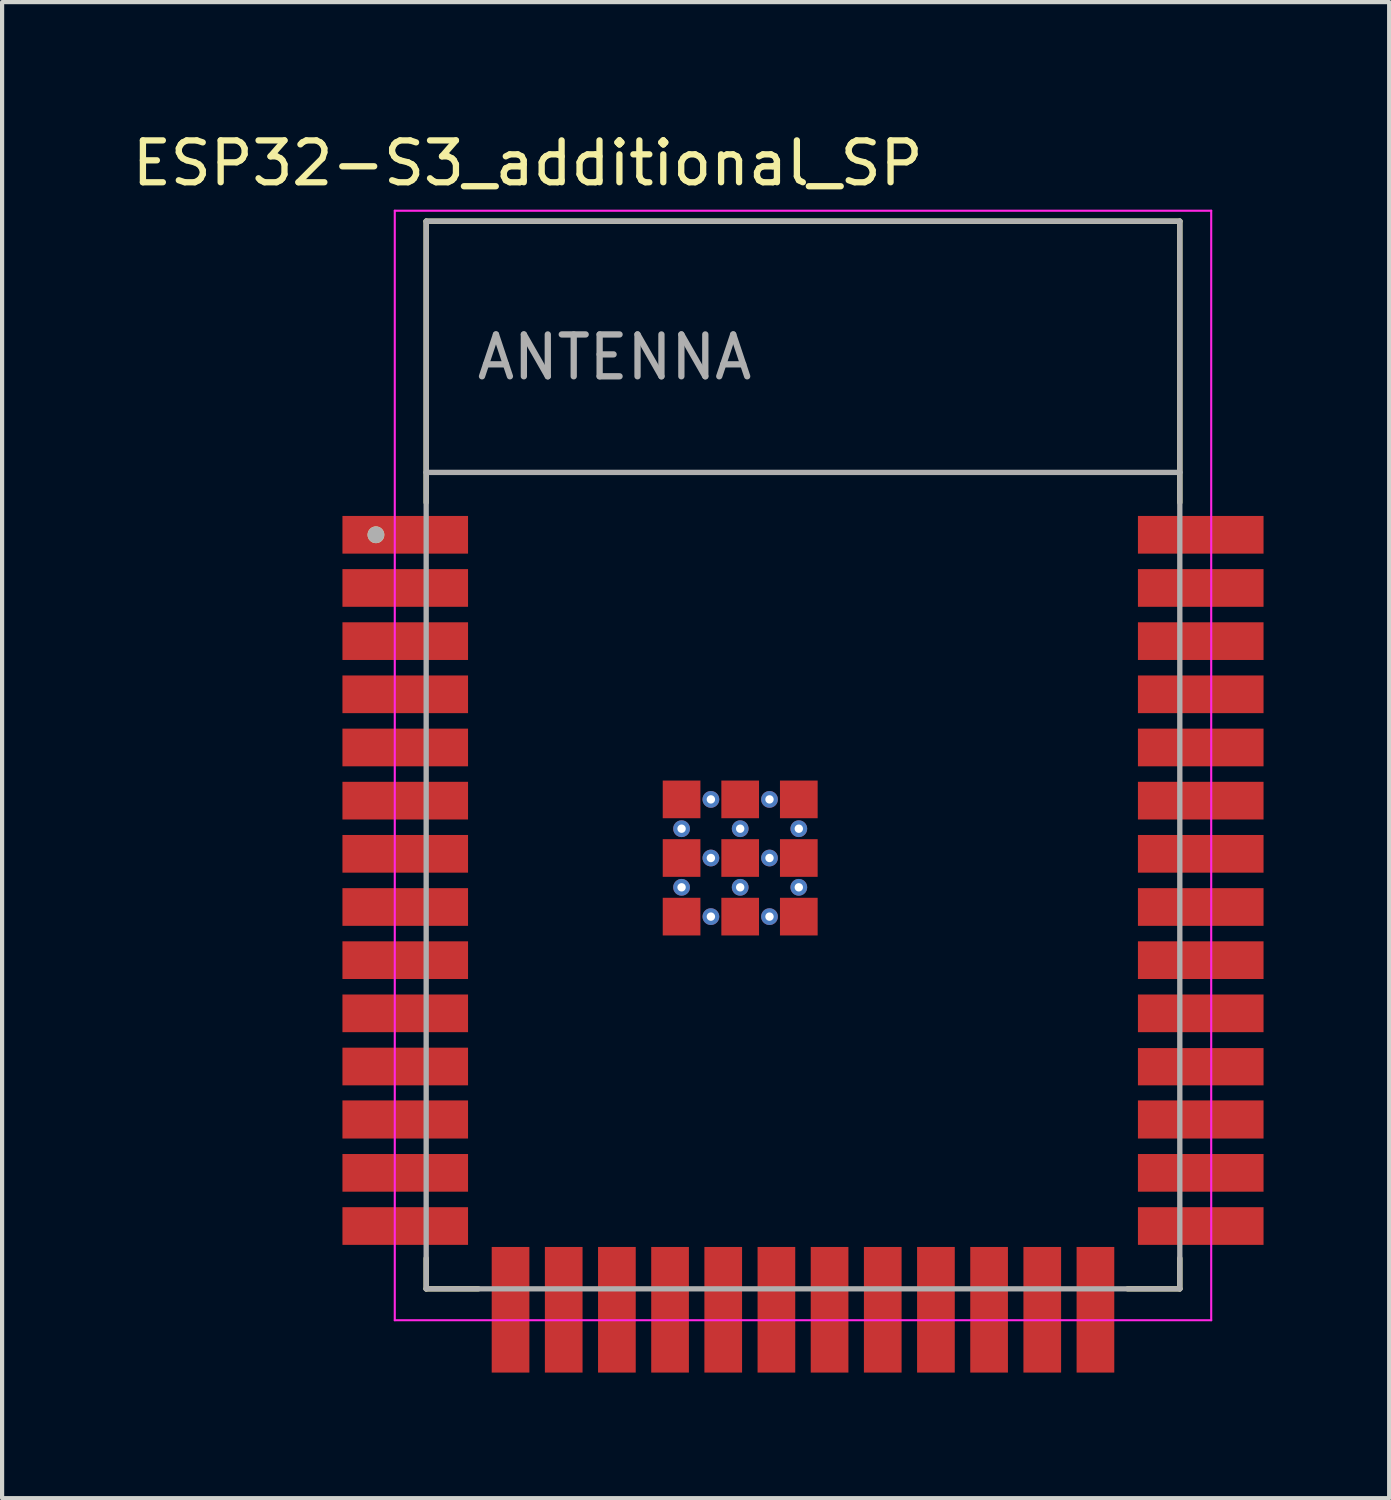
<source format=kicad_pcb>
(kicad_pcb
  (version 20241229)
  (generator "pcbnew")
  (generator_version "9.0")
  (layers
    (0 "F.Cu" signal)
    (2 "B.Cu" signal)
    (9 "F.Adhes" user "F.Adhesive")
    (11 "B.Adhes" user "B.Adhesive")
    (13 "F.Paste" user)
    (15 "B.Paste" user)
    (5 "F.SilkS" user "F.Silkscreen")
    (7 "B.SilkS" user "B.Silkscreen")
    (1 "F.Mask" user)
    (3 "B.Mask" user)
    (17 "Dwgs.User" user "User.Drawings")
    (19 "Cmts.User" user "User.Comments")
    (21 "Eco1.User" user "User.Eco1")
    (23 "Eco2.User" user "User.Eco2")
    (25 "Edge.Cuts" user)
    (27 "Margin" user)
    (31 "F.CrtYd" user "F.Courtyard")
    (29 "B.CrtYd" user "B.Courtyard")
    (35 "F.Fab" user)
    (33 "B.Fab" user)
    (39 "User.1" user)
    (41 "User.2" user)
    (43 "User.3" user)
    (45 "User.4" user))
  (footprint "ESP32-S3_additional_SP"
    (layer "F.Cu")
    (at 16.129 14.983)
    (property "Reference" "ESP32-S3_additional_SP" (at -6.575 -14.135 0) (layer "F.SilkS") (effects (font (size 1 1) (thickness 0.15))))
    (attr smd)
    (fp_line (start -9 -12.75) (end 9 -12.75) (stroke (width 0.127) (type solid)) (layer "F.SilkS"))
    (fp_line (start -9 -6.03) (end -9 -12.75) (stroke (width 0.127) (type solid)) (layer "F.SilkS"))
    (fp_line (start -9 12.02) (end -9 12.75) (stroke (width 0.127) (type solid)) (layer "F.SilkS"))
    (fp_line (start -9 12.75) (end -7.755 12.75) (stroke (width 0.127) (type solid)) (layer "F.SilkS"))
    (fp_line (start 9 -12.75) (end 9 -6.03) (stroke (width 0.127) (type solid)) (layer "F.SilkS"))
    (fp_line (start 9 12.02) (end 9 12.75) (stroke (width 0.127) (type solid)) (layer "F.SilkS"))
    (fp_line (start 9 12.75) (end 7.755 12.75) (stroke (width 0.127) (type solid)) (layer "F.SilkS"))
    (fp_circle (center -10.2 -5.26) (end -10.1 -5.26) (stroke (width 0.2) (type solid)) (fill no) (layer "F.SilkS"))
    (fp_line (start -9.75 -13) (end 9.75 -13) (stroke (width 0.05) (type solid)) (layer "F.CrtYd"))
    (fp_line (start -9.75 13.5) (end -9.75 -13) (stroke (width 0.05) (type solid)) (layer "F.CrtYd"))
    (fp_line (start -9.75 13.5) (end 9.75 13.5) (stroke (width 0.05) (type solid)) (layer "F.CrtYd"))
    (fp_line (start 9.75 -13) (end 9.75 13.5) (stroke (width 0.05) (type solid)) (layer "F.CrtYd"))
    (fp_line (start -9 -12.75) (end 9 -12.75) (stroke (width 0.127) (type solid)) (layer "F.Fab"))
    (fp_line (start -9 -6.75) (end -9 -12.75) (stroke (width 0.127) (type solid)) (layer "F.Fab"))
    (fp_line (start -9 -6.75) (end 9 -6.75) (stroke (width 0.127) (type solid)) (layer "F.Fab"))
    (fp_line (start -9 12.75) (end -9 -6.75) (stroke (width 0.127) (type solid)) (layer "F.Fab"))
    (fp_line (start 9 -12.75) (end 9 -6.75) (stroke (width 0.127) (type solid)) (layer "F.Fab"))
    (fp_line (start 9 -6.75) (end 9 12.75) (stroke (width 0.127) (type solid)) (layer "F.Fab"))
    (fp_line (start 9 12.75) (end -9 12.75) (stroke (width 0.127) (type solid)) (layer "F.Fab"))
    (fp_circle (center -10.2 -5.26) (end -10.1 -5.26) (stroke (width 0.2) (type solid)) (fill no) (layer "F.Fab"))
    (fp_text user "ANTENNA" (at -4.5 -9.5 0) (layer "F.Fab") (effects (font (size 1 1) (thickness 0.15))))
    (pad "1" smd rect (at -9.5 -5.26) (size 3 0.9) (layers "F.Cu" "F.Mask" "F.Paste"))
    (pad "2" smd rect (at -9.5 -3.99) (size 3 0.9) (layers "F.Cu" "F.Mask" "F.Paste"))
    (pad "3" smd rect (at -9.5 -2.72) (size 3 0.9) (layers "F.Cu" "F.Mask" "F.Paste"))
    (pad "4" smd rect (at -9.5 -1.45) (size 3 0.9) (layers "F.Cu" "F.Mask" "F.Paste"))
    (pad "5" smd rect (at -9.5 -0.18) (size 3 0.9) (layers "F.Cu" "F.Mask" "F.Paste"))
    (pad "6" smd rect (at -9.5 1.09) (size 3 0.9) (layers "F.Cu" "F.Mask" "F.Paste"))
    (pad "7" smd rect (at -9.5 2.36) (size 3 0.9) (layers "F.Cu" "F.Mask" "F.Paste"))
    (pad "8" smd rect (at -9.5 3.63) (size 3 0.9) (layers "F.Cu" "F.Mask" "F.Paste"))
    (pad "9" smd rect (at -9.5 4.9) (size 3 0.9) (layers "F.Cu" "F.Mask" "F.Paste"))
    (pad "10" smd rect (at -9.5 6.17) (size 3 0.9) (layers "F.Cu" "F.Mask" "F.Paste"))
    (pad "11" smd rect (at -9.5 7.44) (size 3 0.9) (layers "F.Cu" "F.Mask" "F.Paste"))
    (pad "12" smd rect (at -9.5 8.705) (size 3 0.91) (layers "F.Cu" "F.Mask" "F.Paste"))
    (pad "13" smd rect (at -9.5 9.98) (size 3 0.9) (layers "F.Cu" "F.Mask" "F.Paste"))
    (pad "14" smd rect (at -9.5 11.25) (size 3 0.9) (layers "F.Cu" "F.Mask" "F.Paste"))
    (pad "15" smd rect (at -6.985 13.25) (size 0.9 3) (layers "F.Cu" "F.Mask" "F.Paste"))
    (pad "16" smd rect (at -5.715 13.25) (size 0.9 3) (layers "F.Cu" "F.Mask" "F.Paste"))
    (pad "17" smd rect (at -4.445 13.25) (size 0.9 3) (layers "F.Cu" "F.Mask" "F.Paste"))
    (pad "18" smd rect (at -3.175 13.25) (size 0.9 3) (layers "F.Cu" "F.Mask" "F.Paste"))
    (pad "19" smd rect (at -1.905 13.25) (size 0.9 3) (layers "F.Cu" "F.Mask" "F.Paste"))
    (pad "20" smd rect (at -0.635 13.25) (size 0.9 3) (layers "F.Cu" "F.Mask" "F.Paste"))
    (pad "21" smd rect (at 0.635 13.25) (size 0.9 3) (layers "F.Cu" "F.Mask" "F.Paste"))
    (pad "22" smd rect (at 1.905 13.25) (size 0.9 3) (layers "F.Cu" "F.Mask" "F.Paste"))
    (pad "23" smd rect (at 3.175 13.25) (size 0.9 3) (layers "F.Cu" "F.Mask" "F.Paste"))
    (pad "24" smd rect (at 4.445 13.25) (size 0.9 3) (layers "F.Cu" "F.Mask" "F.Paste"))
    (pad "25" smd rect (at 5.715 13.25) (size 0.9 3) (layers "F.Cu" "F.Mask" "F.Paste"))
    (pad "26" smd rect (at 6.985 13.25) (size 0.9 3) (layers "F.Cu" "F.Mask" "F.Paste"))
    (pad "27" smd rect (at 9.5 11.25) (size 3 0.9) (layers "F.Cu" "F.Mask" "F.Paste"))
    (pad "28" smd rect (at 9.5 9.98) (size 3 0.9) (layers "F.Cu" "F.Mask" "F.Paste"))
    (pad "29" smd rect (at 9.5 8.705) (size 3 0.91) (layers "F.Cu" "F.Mask" "F.Paste"))
    (pad "30" smd rect (at 9.5 7.445) (size 3 0.89) (layers "F.Cu" "F.Mask" "F.Paste"))
    (pad "31" smd rect (at 9.5 6.17) (size 3 0.9) (layers "F.Cu" "F.Mask" "F.Paste"))
    (pad "32" smd rect (at 9.5 4.9) (size 3 0.9) (layers "F.Cu" "F.Mask" "F.Paste"))
    (pad "33" smd rect (at 9.5 3.63) (size 3 0.9) (layers "F.Cu" "F.Mask" "F.Paste"))
    (pad "34" smd rect (at 9.5 2.36) (size 3 0.9) (layers "F.Cu" "F.Mask" "F.Paste"))
    (pad "35" smd rect (at 9.5 1.09) (size 3 0.9) (layers "F.Cu" "F.Mask" "F.Paste"))
    (pad "36" smd rect (at 9.5 -0.18) (size 3 0.9) (layers "F.Cu" "F.Mask" "F.Paste"))
    (pad "37" smd rect (at 9.5 -1.45) (size 3 0.9) (layers "F.Cu" "F.Mask" "F.Paste"))
    (pad "38" smd rect (at 9.5 -2.72) (size 3 0.9) (layers "F.Cu" "F.Mask" "F.Paste"))
    (pad "39" smd rect (at 9.5 -3.99) (size 3 0.9) (layers "F.Cu" "F.Mask" "F.Paste"))
    (pad "40" smd rect (at 9.5 -5.26) (size 3 0.9) (layers "F.Cu" "F.Mask" "F.Paste"))
    (pad "41_1" smd rect (at -1.5 2.46) (size 0.9 0.9) (layers "F.Cu" "F.Mask" "F.Paste"))
    (pad "41_2" smd rect (at -2.9 2.46) (size 0.9 0.9) (layers "F.Cu" "F.Mask" "F.Paste"))
    (pad "41_3" smd rect (at -0.1 2.46) (size 0.9 0.9) (layers "F.Cu" "F.Mask" "F.Paste"))
    (pad "41_4" smd rect (at -2.9 3.86) (size 0.9 0.9) (layers "F.Cu" "F.Mask" "F.Paste"))
    (pad "41_5" smd rect (at -1.5 3.86) (size 0.9 0.9) (layers "F.Cu" "F.Mask" "F.Paste"))
    (pad "41_6" smd rect (at -0.1 3.86) (size 0.9 0.9) (layers "F.Cu" "F.Mask" "F.Paste"))
    (pad "41_7" smd rect (at -2.9 1.06) (size 0.9 0.9) (layers "F.Cu" "F.Mask" "F.Paste"))
    (pad "41_8" smd rect (at -1.5 1.06) (size 0.9 0.9) (layers "F.Cu" "F.Mask" "F.Paste"))
    (pad "41_9" smd rect (at -0.1 1.06) (size 0.9 0.9) (layers "F.Cu" "F.Mask" "F.Paste"))
    (pad "41_10" thru_hole circle (at -1.5 1.76) (size 0.4 0.4) (drill 0.2) (layers "*.Cu"))
    (pad "41_11" thru_hole circle (at -2.9 1.76) (size 0.4 0.4) (drill 0.2) (layers "*.Cu"))
    (pad "41_12" thru_hole circle (at -0.1 1.76) (size 0.4 0.4) (drill 0.2) (layers "*.Cu"))
    (pad "41_13" thru_hole circle (at -2.9 3.16) (size 0.4 0.4) (drill 0.2) (layers "*.Cu"))
    (pad "41_14" thru_hole circle (at -1.5 3.16) (size 0.4 0.4) (drill 0.2) (layers "*.Cu"))
    (pad "41_15" thru_hole circle (at -0.1 3.16) (size 0.4 0.4) (drill 0.2) (layers "*.Cu"))
    (pad "41_16" thru_hole circle (at -2.2 1.06) (size 0.4 0.4) (drill 0.2) (layers "*.Cu"))
    (pad "41_17" thru_hole circle (at -0.8 1.06) (size 0.4 0.4) (drill 0.2) (layers "*.Cu"))
    (pad "41_18" thru_hole circle (at -2.2 2.46) (size 0.4 0.4) (drill 0.2) (layers "*.Cu"))
    (pad "41_19" thru_hole circle (at -0.8 2.46) (size 0.4 0.4) (drill 0.2) (layers "*.Cu"))
    (pad "41_20" thru_hole circle (at -2.2 3.86) (size 0.4 0.4) (drill 0.2) (layers "*.Cu"))
    (pad "41_21" thru_hole circle (at -0.8 3.86) (size 0.4 0.4) (drill 0.2) (layers "*.Cu"))
    (zone (net_name "") (layer "F.Cu") (hatch full 0.508) (connect_pads) (min_thickness 0.01) (filled_areas_thickness no) (keepout (tracks not_allowed) (vias not_allowed) (pads not_allowed) (copperpour not_allowed) (footprints allowed)) (placement (enabled no)) (fill) (polygon (pts (xy 7.129 2.233) (xy 25.129 2.233) (xy 25.129 8.233) (xy 7.129 8.233))))
    (zone (net_name "") (layers "F.Cu" "B.Cu") (hatch full 0.508) (connect_pads) (min_thickness 0.01) (filled_areas_thickness no) (keepout (tracks allowed) (vias not_allowed) (pads allowed) (copperpour allowed) (footprints allowed)) (placement (enabled no)) (fill) (polygon (pts (xy 7.129 2.233) (xy 25.129 2.233) (xy 25.129 8.233) (xy 7.129 8.233))))
    (zone (net_name "") (layer "B.Cu") (hatch full 0.508) (connect_pads) (min_thickness 0.01) (filled_areas_thickness no) (keepout (tracks not_allowed) (vias not_allowed) (pads not_allowed) (copperpour not_allowed) (footprints allowed)) (placement (enabled no)) (fill) (polygon (pts (xy 7.129 2.233) (xy 25.129 2.233) (xy 25.129 8.233) (xy 7.129 8.233)))))
  (gr_rect
    (start -3 -3)
    (end 30.129 32.733)
    (stroke (width 0.1) (type default))
    (fill no)
    (layer "Edge.Cuts")))
</source>
